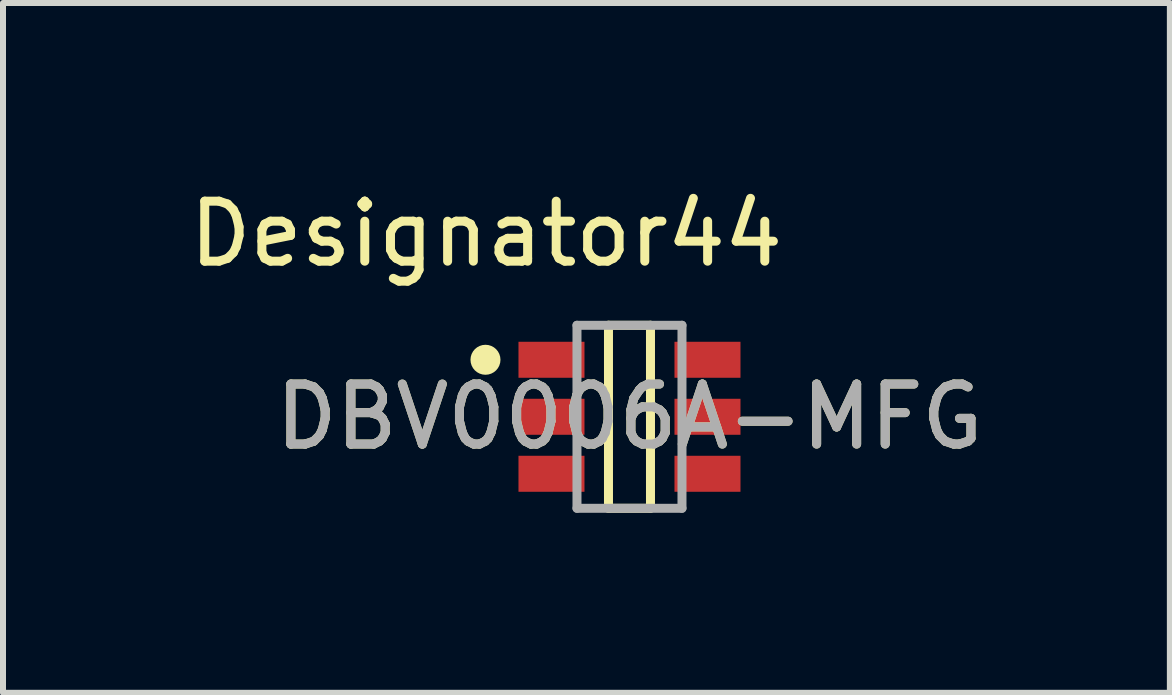
<source format=kicad_pcb>
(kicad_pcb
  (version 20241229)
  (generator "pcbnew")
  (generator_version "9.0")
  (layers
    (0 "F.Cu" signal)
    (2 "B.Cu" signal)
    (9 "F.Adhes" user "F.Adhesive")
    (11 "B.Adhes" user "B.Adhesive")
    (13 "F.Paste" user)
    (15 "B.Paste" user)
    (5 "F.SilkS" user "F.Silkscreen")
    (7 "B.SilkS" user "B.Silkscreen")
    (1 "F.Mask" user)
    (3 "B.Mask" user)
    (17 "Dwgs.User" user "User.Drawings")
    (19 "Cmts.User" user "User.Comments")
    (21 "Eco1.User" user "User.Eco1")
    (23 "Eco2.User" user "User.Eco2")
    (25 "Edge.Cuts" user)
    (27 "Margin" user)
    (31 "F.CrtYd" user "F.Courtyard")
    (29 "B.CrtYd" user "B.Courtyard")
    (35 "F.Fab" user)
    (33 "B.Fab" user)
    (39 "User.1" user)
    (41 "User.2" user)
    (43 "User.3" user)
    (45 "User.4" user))
  (footprint "DBV0006A-MFG"
    (layer "F.Cu")
    (at 7.441 3.896)
    (property "Reference" "DBV0006A-MFG" (at 0 0 0) (unlocked yes) (layer "F.SilkS") (effects (font (size 1 1) (thickness 0.15))))
    (attr smd)
    (fp_line (start -0.35 -1.525) (end 0.35 -1.525) (stroke (width 0.15) (type solid)) (layer "F.SilkS"))
    (fp_line (start -0.35 1.525) (end -0.35 -1.525) (stroke (width 0.15) (type solid)) (layer "F.SilkS"))
    (fp_line (start -0.35 1.525) (end 0.35 1.525) (stroke (width 0.15) (type solid)) (layer "F.SilkS"))
    (fp_line (start 0.35 1.525) (end 0.35 -1.525) (stroke (width 0.15) (type solid)) (layer "F.SilkS"))
    (fp_circle (center -2.4 -0.95) (end -2.275 -0.95) (stroke (width 0.25) (type solid)) (fill no) (layer "F.SilkS"))
    (fp_line (start -0.875 -1.525) (end 0.875 -1.525) (stroke (width 0.15) (type solid)) (layer "F.Fab"))
    (fp_line (start -0.875 1.525) (end -0.875 -1.525) (stroke (width 0.15) (type solid)) (layer "F.Fab"))
    (fp_line (start -0.875 1.525) (end 0.875 1.525) (stroke (width 0.15) (type solid)) (layer "F.Fab"))
    (fp_line (start 0.875 1.525) (end 0.875 -1.525) (stroke (width 0.15) (type solid)) (layer "F.Fab"))
    (fp_text user "Designator44" (at -2.388 -3.048 0) (unlocked yes) (layer "F.SilkS") (effects (font (size 1 1) (thickness 0.15))))
    (fp_text user "${REFERENCE}" (at 0 0 0) (unlocked yes) (layer "F.Fab") (effects (font (size 1 1) (thickness 0.15))))
    (pad "1" smd rect (at -1.3 -0.95) (size 1.1 0.6) (layers "F.Cu" "F.Mask" "F.Paste"))
    (pad "2" smd rect (at -1.3 0) (size 1.1 0.6) (layers "F.Cu" "F.Mask" "F.Paste"))
    (pad "3" smd rect (at -1.3 0.95) (size 1.1 0.6) (layers "F.Cu" "F.Mask" "F.Paste"))
    (pad "4" smd rect (at 1.3 0.95) (size 1.1 0.6) (layers "F.Cu" "F.Mask" "F.Paste"))
    (pad "5" smd rect (at 1.3 0) (size 1.1 0.6) (layers "F.Cu" "F.Mask" "F.Paste"))
    (pad "6" smd rect (at 1.3 -0.95) (size 1.1 0.6) (layers "F.Cu" "F.Mask" "F.Paste")))
  (gr_rect
    (start -3 -3)
    (end 16.447 8.496)
    (stroke (width 0.1) (type default))
    (fill no)
    (layer "Edge.Cuts")))
</source>
